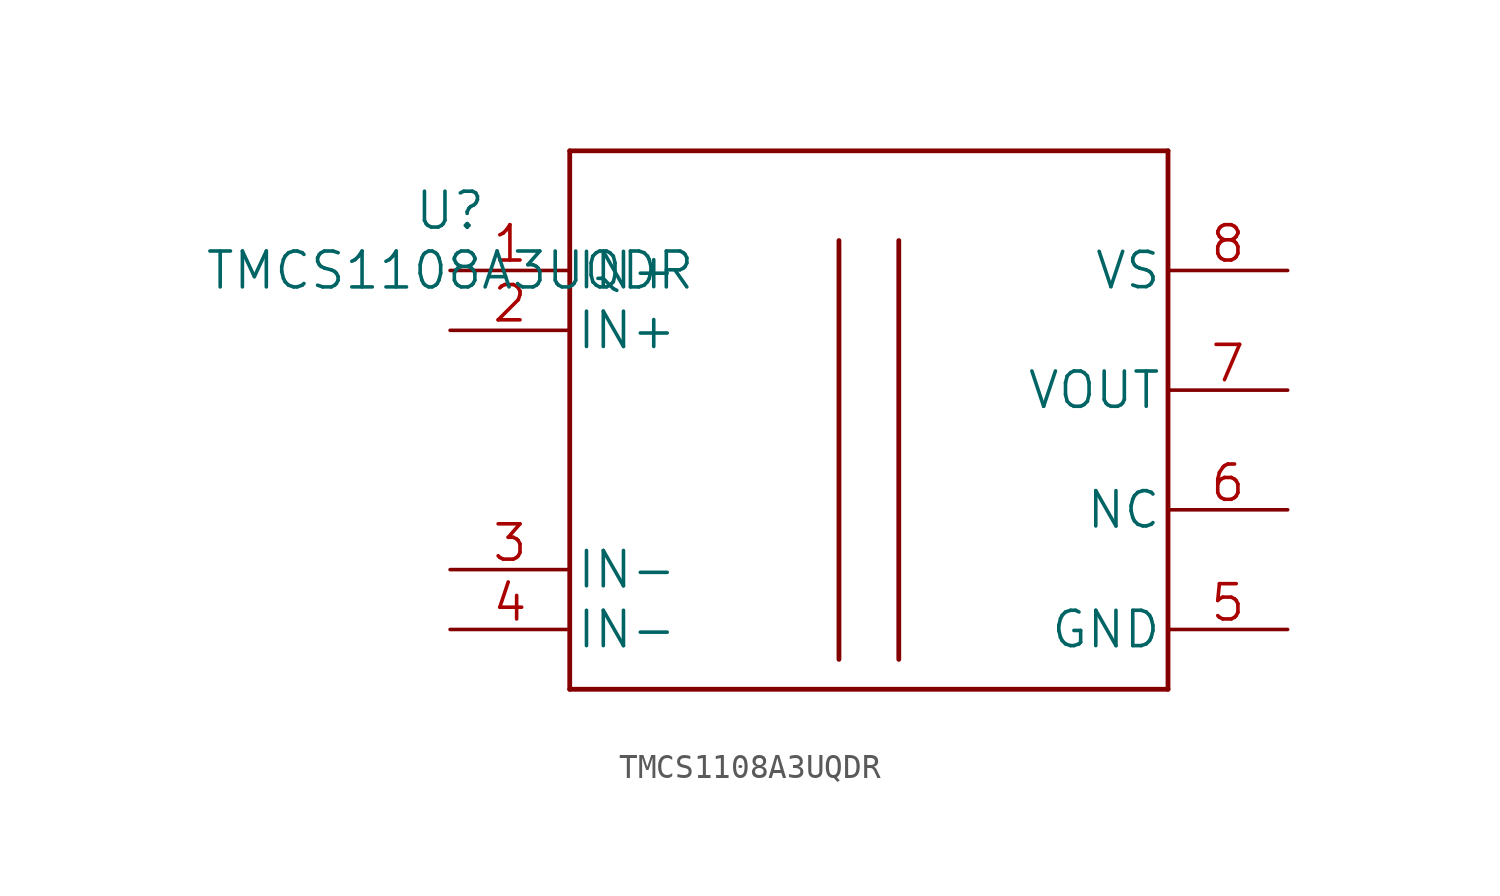
<source format=kicad_sym>
(kicad_symbol_lib
  (version 20211014)
  (generator kicad_symbol_editor)
  (symbol "TMCS1108A3UQDR"
    (pin_names
      (offset 0.254))
    (property "Reference" "U"
      (at 0 2.54 0)
      (effects (font (size 1.524 1.524))))
    (property "Value" "TMCS1108A3UQDR"
      (at 0 0 0)
      (effects (font (size 1.524 1.524))))
    (property "Datasheet" ""
      (at 0 0 0)
      (effects (font (size 1.524 1.524))))
    (property "ki_locked" ""
      (at 0 0 0)
      (effects (font (size 1.27 1.27))))
    (symbol "TMCS1108A3UQDR_1_1"
      (polyline (pts (xy 5.08 -17.78) (xy 30.48 -17.78)) (stroke (width 0.203) (type default) (color 0 0 0 0)) (fill (type none)))
      (polyline (pts (xy 5.08 5.08) (xy 5.08 -17.78)) (stroke (width 0.203) (type default) (color 0 0 0 0)) (fill (type none)))
      (polyline (pts (xy 16.51 1.27) (xy 16.51 -16.51)) (stroke (width 0.203) (type default) (color 0 0 0 0)) (fill (type none)))
      (polyline (pts (xy 19.05 1.27) (xy 19.05 -16.51)) (stroke (width 0.203) (type default) (color 0 0 0 0)) (fill (type none)))
      (polyline (pts (xy 30.48 -17.78) (xy 30.48 5.08)) (stroke (width 0.203) (type default) (color 0 0 0 0)) (fill (type none)))
      (polyline (pts (xy 30.48 5.08) (xy 5.08 5.08)) (stroke (width 0.203) (type default) (color 0 0 0 0)) (fill (type none)))
      (pin unspecified line (at 0 0 0) (length 5.08) (name "IN+" (effects (font (size 1.499 1.499)))) (number "1" (effects (font (size 1.499 1.499)))))
      (pin unspecified line (at 0 -2.54 0) (length 5.08) (name "IN+" (effects (font (size 1.499 1.499)))) (number "2" (effects (font (size 1.499 1.499)))))
      (pin unspecified line (at 0 -12.7 0) (length 5.08) (name "IN-" (effects (font (size 1.499 1.499)))) (number "3" (effects (font (size 1.499 1.499)))))
      (pin unspecified line (at 0 -15.24 0) (length 5.08) (name "IN-" (effects (font (size 1.499 1.499)))) (number "4" (effects (font (size 1.499 1.499)))))
      (pin power_in line (at 35.56 -15.24 180) (length 5.08) (name "GND" (effects (font (size 1.499 1.499)))) (number "5" (effects (font (size 1.499 1.499)))))
      (pin unspecified line (at 35.56 -10.16 180) (length 5.08) (name "NC" (effects (font (size 1.499 1.499)))) (number "6" (effects (font (size 1.499 1.499)))))
      (pin unspecified line (at 35.56 -5.08 180) (length 5.08) (name "VOUT" (effects (font (size 1.499 1.499)))) (number "7" (effects (font (size 1.499 1.499)))))
      (pin power_in line (at 35.56 0 180) (length 5.08) (name "VS" (effects (font (size 1.499 1.499)))) (number "8" (effects (font (size 1.499 1.499))))))))
</source>
